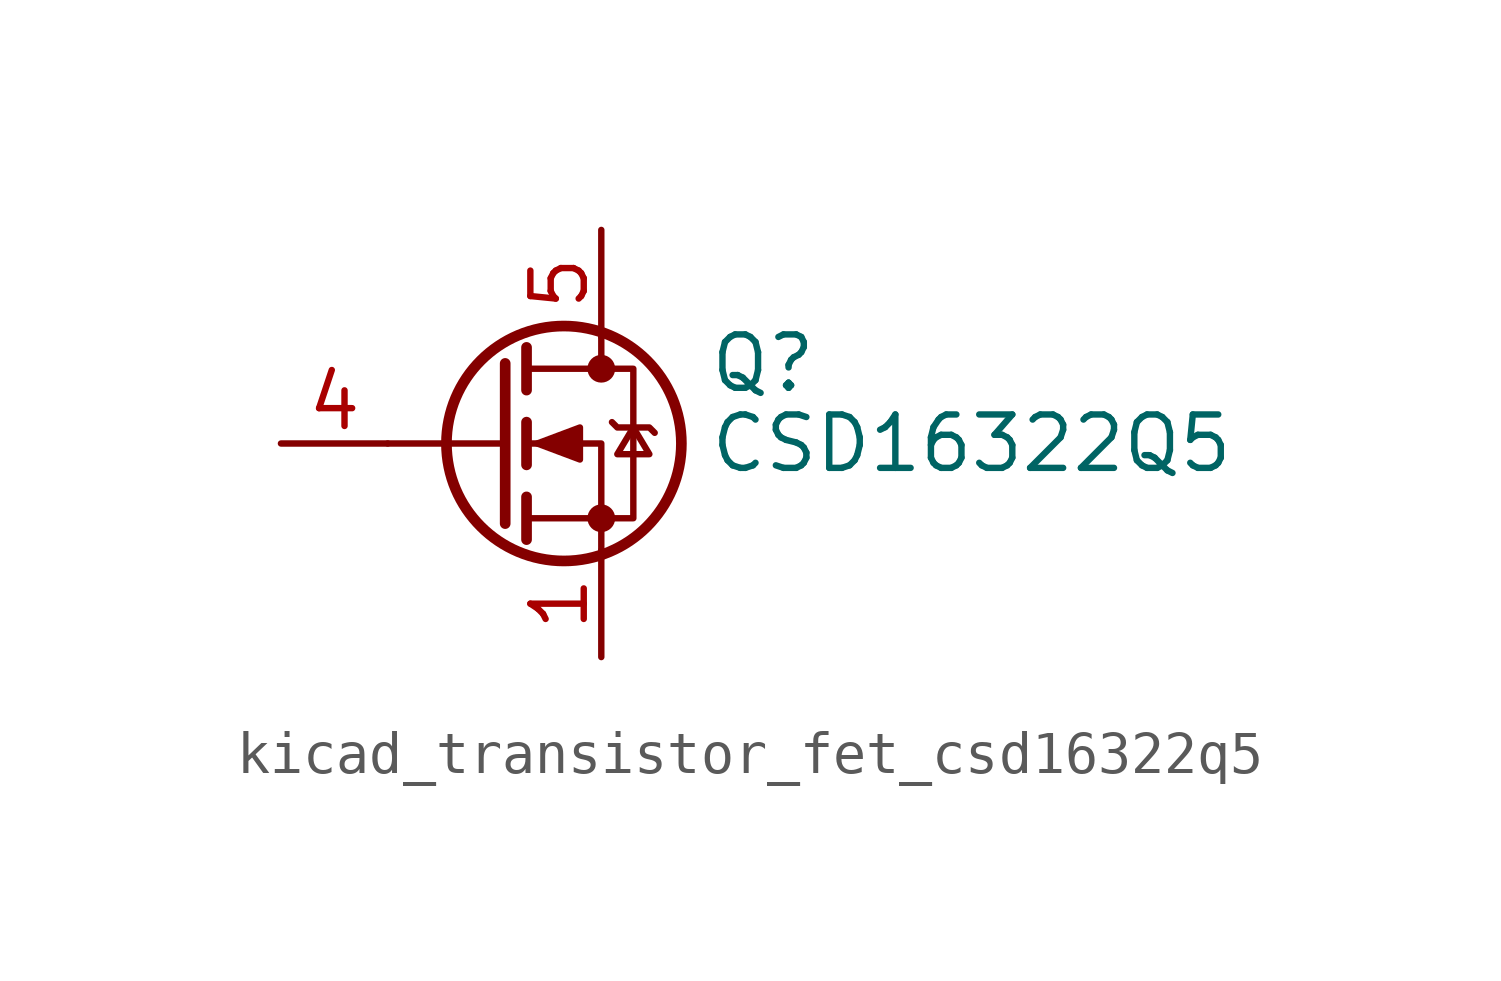
<source format=kicad_sym>
(kicad_symbol_lib
  (version 20220914)
  (generator kicad_symbol_editor)
  (symbol "kicad_transistor_fet_csd16322q5"
    (pin_names hide)
    (property "Reference" "Q"
      (at 5.08 1.905 0)
      (effects (font (size 1.27 1.27)) (justify left)))
    (property "Value" "CSD16322Q5"
      (at 5.08 0 0)
      (effects (font (size 1.27 1.27)) (justify left)))
    (symbol "kicad_transistor_fet_csd16322q5_0_1"
      (polyline (pts (xy 0.254 0) (xy -2.54 0)) (stroke (width 0) (type default)) (fill (type none)))
      (polyline (pts (xy 0.254 1.905) (xy 0.254 -1.905)) (stroke (width 0.254) (type default)) (fill (type none)))
      (polyline (pts (xy 0.762 -1.27) (xy 0.762 -2.286)) (stroke (width 0.254) (type default)) (fill (type none)))
      (polyline (pts (xy 0.762 0.508) (xy 0.762 -0.508)) (stroke (width 0.254) (type default)) (fill (type none)))
      (polyline (pts (xy 0.762 2.286) (xy 0.762 1.27)) (stroke (width 0.254) (type default)) (fill (type none)))
      (polyline (pts (xy 2.54 2.54) (xy 2.54 1.778)) (stroke (width 0) (type default)) (fill (type none)))
      (polyline (pts (xy 2.54 -2.54) (xy 2.54 0) (xy 0.762 0)) (stroke (width 0) (type default)) (fill (type none)))
      (polyline (pts (xy 0.762 -1.778) (xy 3.302 -1.778) (xy 3.302 1.778) (xy 0.762 1.778)) (stroke (width 0) (type default)) (fill (type none)))
      (polyline (pts (xy 1.016 0) (xy 2.032 0.381) (xy 2.032 -0.381) (xy 1.016 0)) (stroke (width 0) (type default)) (fill (type outline)))
      (polyline (pts (xy 2.794 0.508) (xy 2.921 0.381) (xy 3.683 0.381) (xy 3.81 0.254)) (stroke (width 0) (type default)) (fill (type none)))
      (polyline (pts (xy 3.302 0.381) (xy 2.921 -0.254) (xy 3.683 -0.254) (xy 3.302 0.381)) (stroke (width 0) (type default)) (fill (type none)))
      (circle (center 1.651 0) (radius 2.794) (stroke (width 0.254) (type default)) (fill (type none)))
      (circle (center 2.54 -1.778) (radius 0.254) (stroke (width 0) (type default)) (fill (type outline)))
      (circle (center 2.54 1.778) (radius 0.254) (stroke (width 0) (type default)) (fill (type outline))))
    (symbol "kicad_transistor_fet_csd16322q5_1_1"
      (pin passive line (at 2.54 -5.08 90) (length 2.54) (name "S" (effects (font (size 1.27 1.27)))) (number "1" (effects (font (size 1.27 1.27)))))
      (pin passive line (at 2.54 -5.08 90) (length 2.54) hide (name "S" (effects (font (size 1.27 1.27)))) (number "2" (effects (font (size 1.27 1.27)))))
      (pin passive line (at 2.54 -5.08 90) (length 2.54) hide (name "S" (effects (font (size 1.27 1.27)))) (number "3" (effects (font (size 1.27 1.27)))))
      (pin passive line (at -5.08 0 0) (length 2.54) (name "G" (effects (font (size 1.27 1.27)))) (number "4" (effects (font (size 1.27 1.27)))))
      (pin passive line (at 2.54 5.08 270) (length 2.54) (name "D" (effects (font (size 1.27 1.27)))) (number "5" (effects (font (size 1.27 1.27))))))))
</source>
